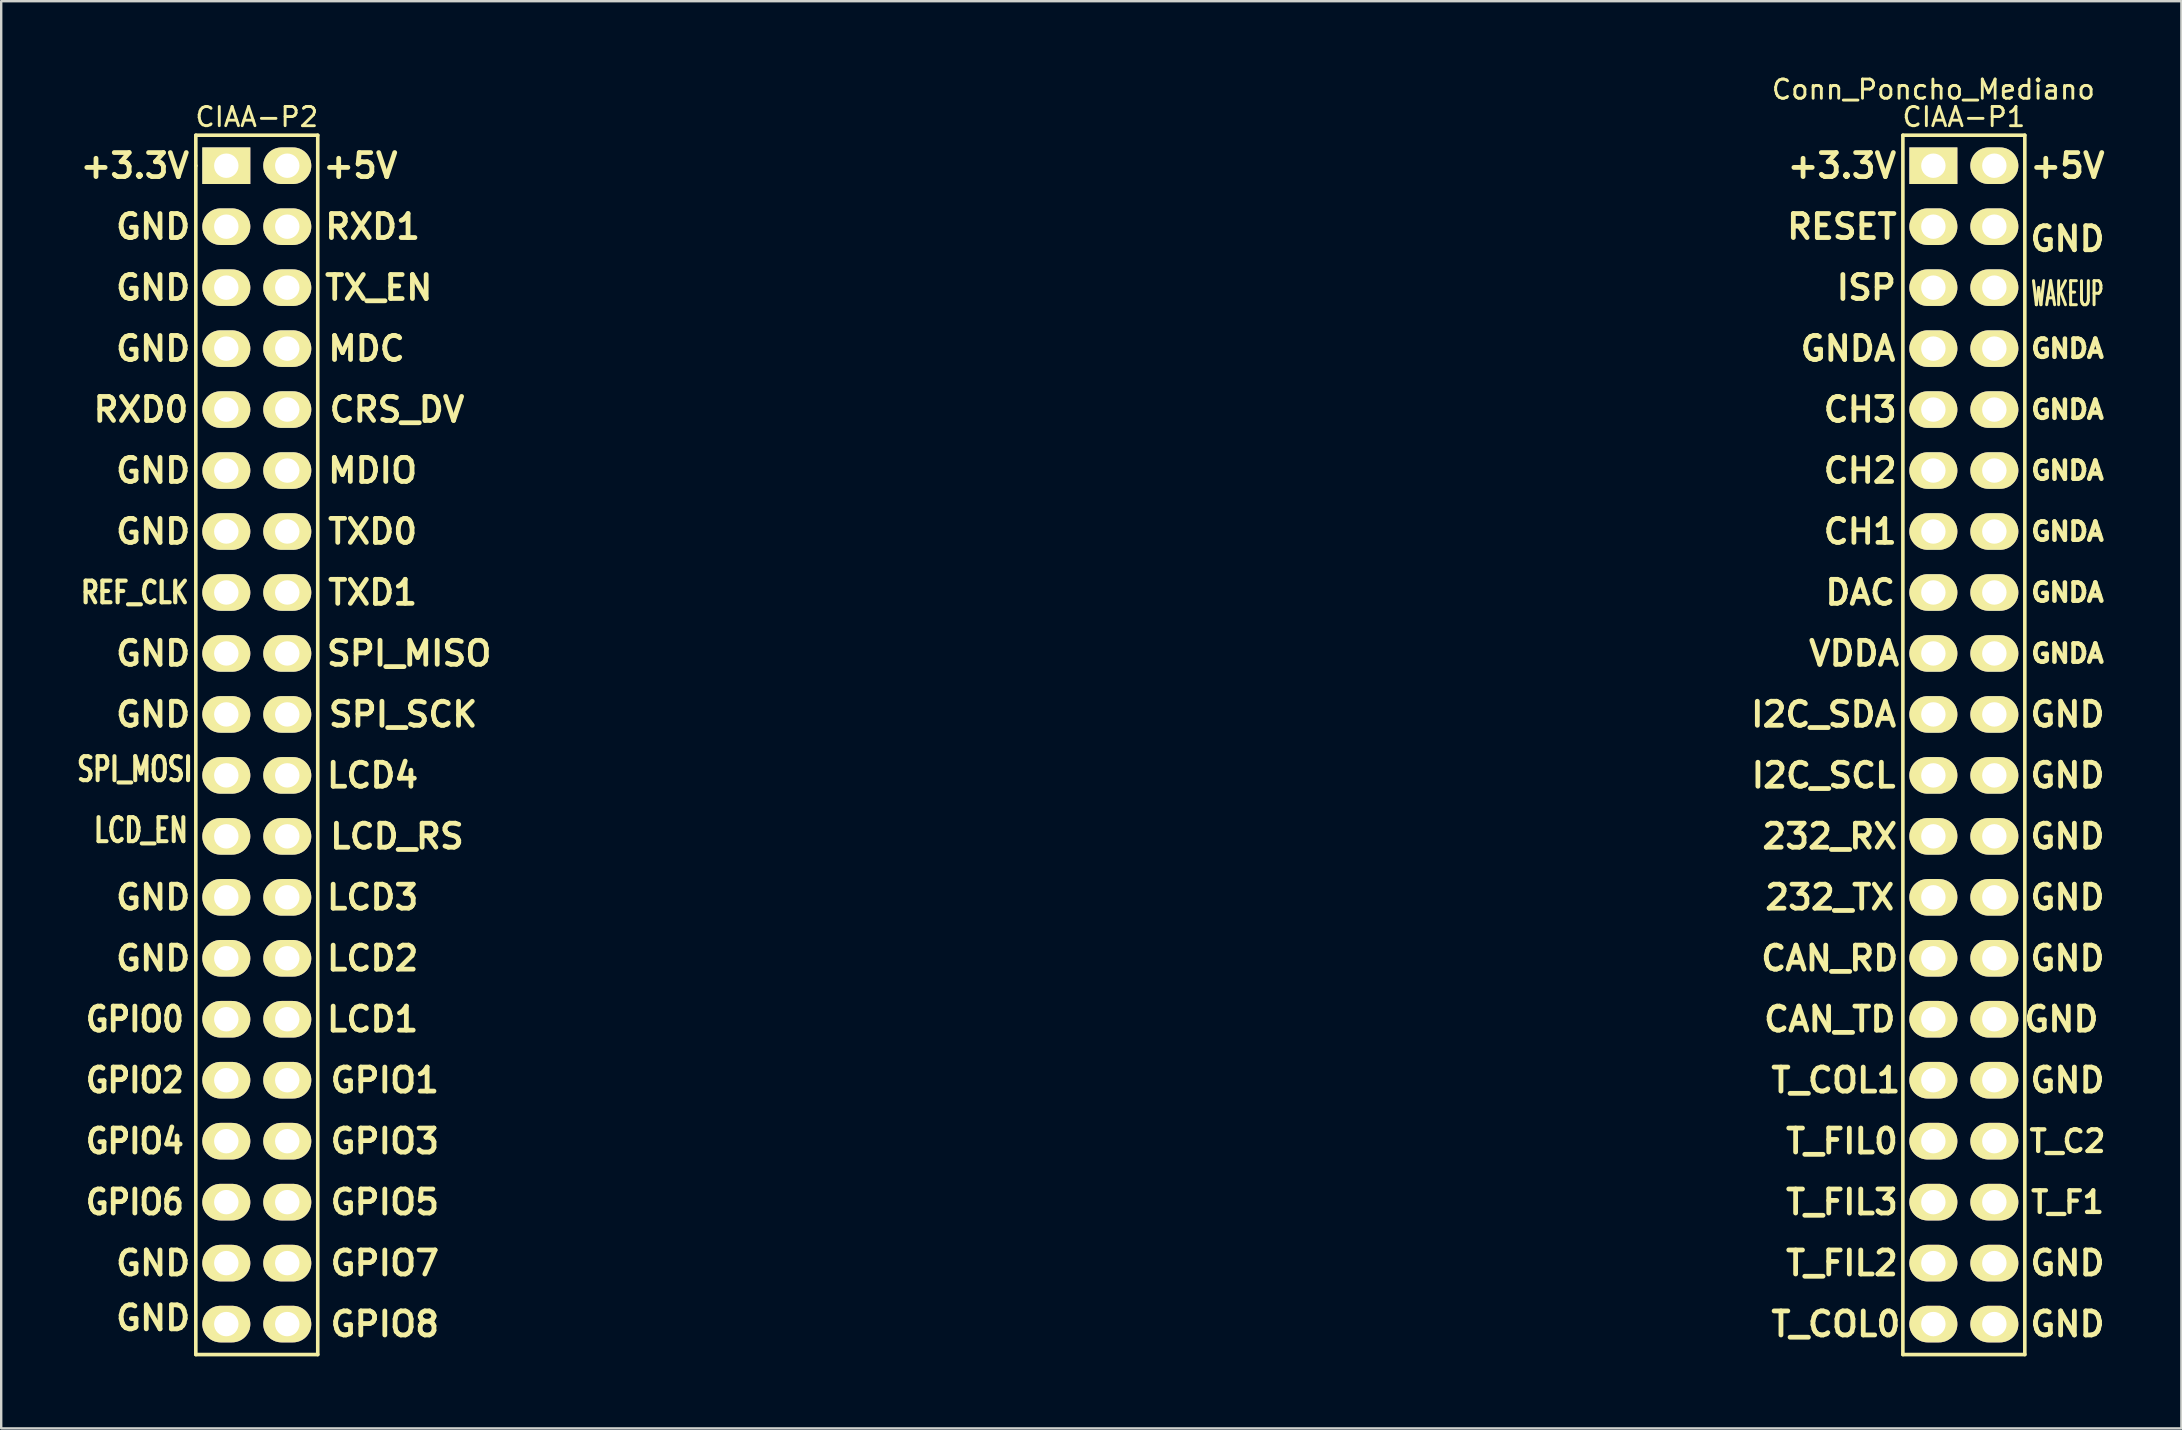
<source format=kicad_pcb>
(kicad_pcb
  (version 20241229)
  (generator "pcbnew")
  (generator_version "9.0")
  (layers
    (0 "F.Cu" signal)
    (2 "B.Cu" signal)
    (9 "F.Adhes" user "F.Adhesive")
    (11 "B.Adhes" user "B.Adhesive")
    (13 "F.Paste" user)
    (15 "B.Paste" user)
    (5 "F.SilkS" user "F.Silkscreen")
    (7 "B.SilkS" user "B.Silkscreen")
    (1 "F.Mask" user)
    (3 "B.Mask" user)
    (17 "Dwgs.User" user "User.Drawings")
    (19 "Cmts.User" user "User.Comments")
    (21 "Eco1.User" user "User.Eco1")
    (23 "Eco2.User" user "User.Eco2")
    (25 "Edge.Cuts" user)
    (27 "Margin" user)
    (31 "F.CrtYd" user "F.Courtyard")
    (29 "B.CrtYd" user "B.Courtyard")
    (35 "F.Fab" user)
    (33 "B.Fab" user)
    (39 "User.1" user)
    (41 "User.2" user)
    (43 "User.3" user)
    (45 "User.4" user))
  (footprint "Conn_Poncho_Mediano"
    (layer "F.Cu")
    (at 77.498 3.854)
    (property "Reference" "Conn_Poncho_Mediano" (at 0 -3.175 0) (layer "F.SilkS") (effects (font (size 0.8 0.8) (thickness 0.12))))
    (attr through_hole)
    (fp_line (start -72.39 -1.27) (end -67.31 -1.27) (stroke (width 0.15) (type solid)) (layer "F.SilkS"))
    (fp_line (start -72.39 0) (end -72.39 -1.27) (stroke (width 0.15) (type solid)) (layer "F.SilkS"))
    (fp_line (start -72.39 49.53) (end -72.39 0) (stroke (width 0.15) (type solid)) (layer "F.SilkS"))
    (fp_line (start -67.31 -1.27) (end -67.31 49.53) (stroke (width 0.15) (type solid)) (layer "F.SilkS"))
    (fp_line (start -67.31 49.53) (end -72.39 49.53) (stroke (width 0.15) (type solid)) (layer "F.SilkS"))
    (fp_line (start -1.27 49.53) (end -1.27 -1.27) (stroke (width 0.15) (type solid)) (layer "F.SilkS"))
    (fp_line (start 3.81 -1.27) (end -1.27 -1.27) (stroke (width 0.15) (type solid)) (layer "F.SilkS"))
    (fp_line (start 3.81 49.53) (end -1.27 49.53) (stroke (width 0.15) (type solid)) (layer "F.SilkS"))
    (fp_line (start 3.81 49.53) (end 3.81 -1.27) (stroke (width 0.15) (type solid)) (layer "F.SilkS"))
    (fp_text user "232_RX" (at -4.318 27.94 0) (layer "F.SilkS") (effects (font (size 1 1) (thickness 0.2))))
    (fp_text user "GNDA" (at 5.588 12.7 0) (layer "F.SilkS") (effects (font (size 0.76 0.76) (thickness 0.19))))
    (fp_text user "TXD0" (at -65.024 15.24 0) (layer "F.SilkS") (effects (font (size 1 1) (thickness 0.2))))
    (fp_text user "GPIO1" (at -64.516 38.1 0) (layer "F.SilkS") (effects (font (size 1 1) (thickness 0.2))))
    (fp_text user "CH2" (at -3.048 12.7 0) (layer "F.SilkS") (effects (font (size 1 1) (thickness 0.2))))
    (fp_text user "T_COL1" (at -4.064 38.1 0) (layer "F.SilkS") (effects (font (size 1 1) (thickness 0.2))))
    (fp_text user "GNDA" (at -3.556 7.62 0) (layer "F.SilkS") (effects (font (size 1 1) (thickness 0.2))))
    (fp_text user "TXD1" (at -65.024 17.78 0) (layer "F.SilkS") (effects (font (size 1 1) (thickness 0.2))))
    (fp_text user "GNDA" (at 5.588 7.62 0) (layer "F.SilkS") (effects (font (size 0.76 0.76) (thickness 0.19))))
    (fp_text user "GND" (at -74.168 5.08 0) (layer "F.SilkS") (effects (font (size 1 1) (thickness 0.2))))
    (fp_text user "CIAA-P1" (at 1.27 -2.032 0) (layer "F.SilkS") (effects (font (size 0.8 0.8) (thickness 0.12))))
    (fp_text user "I2C_SCL" (at -4.572 25.4 0) (layer "F.SilkS") (effects (font (size 1 1) (thickness 0.2))))
    (fp_text user "LCD_RS" (at -64.008 27.94 0) (layer "F.SilkS") (effects (font (size 1 1) (thickness 0.2))))
    (fp_text user "GND" (at 5.588 48.26 0) (layer "F.SilkS") (effects (font (size 1 1) (thickness 0.2))))
    (fp_text user "SPI_SCK" (at -63.754 22.86 0) (layer "F.SilkS") (effects (font (size 1 1) (thickness 0.2))))
    (fp_text user "MDC" (at -65.278 7.62 0) (layer "F.SilkS") (effects (font (size 1 1) (thickness 0.2))))
    (fp_text user "GPIO4" (at -74.93 40.64 0) (layer "F.SilkS") (effects (font (size 1 0.9) (thickness 0.2))))
    (fp_text user "GND" (at -74.168 30.48 0) (layer "F.SilkS") (effects (font (size 1 1) (thickness 0.2))))
    (fp_text user "GNDA" (at 5.588 10.16 0) (layer "F.SilkS") (effects (font (size 0.76 0.76) (thickness 0.19))))
    (fp_text user "GND" (at 5.588 30.48 0) (layer "F.SilkS") (effects (font (size 1 1) (thickness 0.2))))
    (fp_text user "LCD2" (at -65.024 33.02 0) (layer "F.SilkS") (effects (font (size 1 1) (thickness 0.2))))
    (fp_text user "ISP" (at -2.794 5.08 0) (layer "F.SilkS") (effects (font (size 1 1) (thickness 0.2))))
    (fp_text user "GPIO8" (at -64.516 48.26 0) (layer "F.SilkS") (effects (font (size 1 1) (thickness 0.2))))
    (fp_text user "CH3" (at -3.048 10.16 0) (layer "F.SilkS") (effects (font (size 1 1) (thickness 0.2))))
    (fp_text user "GND" (at -74.168 33.02 0) (layer "F.SilkS") (effects (font (size 1 1) (thickness 0.2))))
    (fp_text user "GND" (at 5.588 22.86 0) (layer "F.SilkS") (effects (font (size 1 1) (thickness 0.2))))
    (fp_text user "VDDA" (at -3.302 20.32 0) (layer "F.SilkS") (effects (font (size 1 1) (thickness 0.2))))
    (fp_text user "GNDA" (at 5.588 20.32 0) (layer "F.SilkS") (effects (font (size 0.76 0.76) (thickness 0.19))))
    (fp_text user "+3.3V" (at -3.81 0 0) (layer "F.SilkS") (effects (font (size 1 1) (thickness 0.2))))
    (fp_text user "LCD1" (at -65.024 35.56 0) (layer "F.SilkS") (effects (font (size 1 1) (thickness 0.2))))
    (fp_text user "T_C2" (at 5.588 40.64 0) (layer "F.SilkS") (effects (font (size 0.9 0.9) (thickness 0.18))))
    (fp_text user "GND" (at -74.168 22.86 0) (layer "F.SilkS") (effects (font (size 1 1) (thickness 0.2))))
    (fp_text user "GND" (at -74.168 2.54 0) (layer "F.SilkS") (effects (font (size 1 1) (thickness 0.2))))
    (fp_text user "GND" (at 5.334 35.56 0) (layer "F.SilkS") (effects (font (size 1 1) (thickness 0.2))))
    (fp_text user "T_F1" (at 5.588 43.18 0) (layer "F.SilkS") (effects (font (size 0.9 0.9) (thickness 0.18))))
    (fp_text user "+3.3V" (at -74.93 0 0) (layer "F.SilkS") (effects (font (size 1 1) (thickness 0.2))))
    (fp_text user "RXD0" (at -74.676 10.16 0) (layer "F.SilkS") (effects (font (size 1 1) (thickness 0.2))))
    (fp_text user "GPIO7" (at -64.516 45.72 0) (layer "F.SilkS") (effects (font (size 1 1) (thickness 0.2))))
    (fp_text user "MDIO" (at -65.024 12.7 0) (layer "F.SilkS") (effects (font (size 1 1) (thickness 0.2))))
    (fp_text user "GND" (at -74.168 45.72 0) (layer "F.SilkS") (effects (font (size 1 1) (thickness 0.2))))
    (fp_text user "GND" (at 5.588 45.72 0) (layer "F.SilkS") (effects (font (size 1 1) (thickness 0.2))))
    (fp_text user "GND" (at -74.168 20.32 0) (layer "F.SilkS") (effects (font (size 1 1) (thickness 0.2))))
    (fp_text user "GND" (at 5.588 27.94 0) (layer "F.SilkS") (effects (font (size 1 1) (thickness 0.2))))
    (fp_text user "REF_CLK" (at -74.93 17.78 0) (layer "F.SilkS") (effects (font (size 0.9 0.7) (thickness 0.175))))
    (fp_text user "I2C_SDA" (at -4.572 22.86 0) (layer "F.SilkS") (effects (font (size 1 1) (thickness 0.2))))
    (fp_text user "GPIO3" (at -64.516 40.64 0) (layer "F.SilkS") (effects (font (size 1 1) (thickness 0.2))))
    (fp_text user "GPIO6" (at -74.93 43.18 0) (layer "F.SilkS") (effects (font (size 1 0.9) (thickness 0.2))))
    (fp_text user "232_TX" (at -4.318 30.48 0) (layer "F.SilkS") (effects (font (size 1 1) (thickness 0.2))))
    (fp_text user "+5V" (at 5.588 0 0) (layer "F.SilkS") (effects (font (size 1 1) (thickness 0.2))))
    (fp_text user "T_FIL3" (at -3.81 43.18 0) (layer "F.SilkS") (effects (font (size 1 1) (thickness 0.2))))
    (fp_text user "GND" (at 5.588 3.048 0) (layer "F.SilkS") (effects (font (size 1 1) (thickness 0.2))))
    (fp_text user "CIAA-P2" (at -69.85 -2.032 0) (layer "F.SilkS") (effects (font (size 0.8 0.8) (thickness 0.12))))
    (fp_text user "CRS_DV" (at -64.008 10.16 0) (layer "F.SilkS") (effects (font (size 1 1) (thickness 0.2))))
    (fp_text user "GPIO5" (at -64.516 43.18 0) (layer "F.SilkS") (effects (font (size 1 1) (thickness 0.2))))
    (fp_text user "LCD3" (at -65.024 30.48 0) (layer "F.SilkS") (effects (font (size 1 1) (thickness 0.2))))
    (fp_text user "GND" (at -74.168 48.006 0) (layer "F.SilkS") (effects (font (size 1 1) (thickness 0.2))))
    (fp_text user "TX_EN" (at -64.77 5.08 0) (layer "F.SilkS") (effects (font (size 1 1) (thickness 0.2))))
    (fp_text user "CAN_RD" (at -4.318 33.02 0) (layer "F.SilkS") (effects (font (size 1 1) (thickness 0.2))))
    (fp_text user "+5V" (at -65.532 0 0) (layer "F.SilkS") (effects (font (size 1 1) (thickness 0.2))))
    (fp_text user "GPIO2" (at -74.93 38.1 0) (layer "F.SilkS") (effects (font (size 1 0.9) (thickness 0.2))))
    (fp_text user "CH1" (at -3.048 15.24 0) (layer "F.SilkS") (effects (font (size 1 1) (thickness 0.2))))
    (fp_text user "GND" (at 5.588 38.1 0) (layer "F.SilkS") (effects (font (size 1 1) (thickness 0.2))))
    (fp_text user "LCD4" (at -65.024 25.4 0) (layer "F.SilkS") (effects (font (size 1 1) (thickness 0.2))))
    (fp_text user "GND" (at 5.588 33.02 0) (layer "F.SilkS") (effects (font (size 1 1) (thickness 0.2))))
    (fp_text user "GNDA" (at 5.588 15.24 0) (layer "F.SilkS") (effects (font (size 0.76 0.76) (thickness 0.19))))
    (fp_text user "CAN_TD" (at -4.318 35.56 0) (layer "F.SilkS") (effects (font (size 1 1) (thickness 0.2))))
    (fp_text user "GND" (at -74.168 12.7 0) (layer "F.SilkS") (effects (font (size 1 1) (thickness 0.2))))
    (fp_text user "GND" (at -74.168 15.24 0) (layer "F.SilkS") (effects (font (size 1 1) (thickness 0.2))))
    (fp_text user "GND" (at 5.588 25.4 0) (layer "F.SilkS") (effects (font (size 1 1) (thickness 0.2))))
    (fp_text user "T_COL0" (at -4.064 48.26 0) (layer "F.SilkS") (effects (font (size 1 1) (thickness 0.2))))
    (fp_text user "GNDA" (at 5.588 17.78 0) (layer "F.SilkS") (effects (font (size 0.76 0.76) (thickness 0.19))))
    (fp_text user "SPI_MOSI" (at -74.93 25.146 0) (layer "F.SilkS") (effects (font (size 1 0.7) (thickness 0.17))))
    (fp_text user "RESET" (at -3.81 2.54 0) (layer "F.SilkS") (effects (font (size 1 1) (thickness 0.2))))
    (fp_text user "GPIO0" (at -74.93 35.56 0) (layer "F.SilkS") (effects (font (size 1 0.9) (thickness 0.2))))
    (fp_text user "RXD1" (at -65.024 2.54 0) (layer "F.SilkS") (effects (font (size 1 1) (thickness 0.2))))
    (fp_text user "DAC" (at -3.048 17.78 0) (layer "F.SilkS") (effects (font (size 1 1) (thickness 0.2))))
    (fp_text user "T_FIL0" (at -3.81 40.64 0) (layer "F.SilkS") (effects (font (size 1 1) (thickness 0.2))))
    (fp_text user "SPI_MISO" (at -63.5 20.32 0) (layer "F.SilkS") (effects (font (size 1 1) (thickness 0.2))))
    (fp_text user "LCD_EN" (at -74.676 27.686 0) (layer "F.SilkS") (effects (font (size 1 0.7) (thickness 0.17))))
    (fp_text user "WAKEUP" (at 5.588 5.334 0) (layer "F.SilkS") (effects (font (size 1 0.5) (thickness 0.125))))
    (fp_text user "T_FIL2" (at -3.81 45.72 0) (layer "F.SilkS") (effects (font (size 1 1) (thickness 0.2))))
    (fp_text user "GND" (at -74.168 7.62 0) (layer "F.SilkS") (effects (font (size 1 1) (thickness 0.2))))
    (pad "1" thru_hole rect (at 0 0 270) (size 1.524 2) (drill 1.016) (layers "*.Cu" "*.Mask" "F.SilkS"))
    (pad "2" thru_hole oval (at 2.54 0 270) (size 1.524 2) (drill 1.016) (layers "*.Cu" "*.Mask" "F.SilkS"))
    (pad "3" thru_hole oval (at 0 2.54 270) (size 1.524 2) (drill 1.016) (layers "*.Cu" "*.Mask" "F.SilkS"))
    (pad "4" thru_hole oval (at 2.54 2.54 270) (size 1.524 2) (drill 1.016) (layers "*.Cu" "*.Mask" "F.SilkS"))
    (pad "5" thru_hole oval (at 0 5.08 270) (size 1.524 2) (drill 1.016) (layers "*.Cu" "*.Mask" "F.SilkS"))
    (pad "6" thru_hole oval (at 2.54 5.08 270) (size 1.524 2) (drill 1.016) (layers "*.Cu" "*.Mask" "F.SilkS"))
    (pad "7" thru_hole oval (at 0 7.62 270) (size 1.524 2) (drill 1.016) (layers "*.Cu" "*.Mask" "F.SilkS"))
    (pad "8" thru_hole oval (at 2.54 7.62 270) (size 1.524 2) (drill 1.016) (layers "*.Cu" "*.Mask" "F.SilkS"))
    (pad "9" thru_hole oval (at 0 10.16 270) (size 1.524 2) (drill 1.016) (layers "*.Cu" "*.Mask" "F.SilkS"))
    (pad "10" thru_hole oval (at 2.54 10.16 270) (size 1.524 2) (drill 1.016) (layers "*.Cu" "*.Mask" "F.SilkS"))
    (pad "11" thru_hole oval (at 0 12.7 270) (size 1.524 2) (drill 1.016) (layers "*.Cu" "*.Mask" "F.SilkS"))
    (pad "12" thru_hole oval (at 2.54 12.7 270) (size 1.524 2) (drill 1.016) (layers "*.Cu" "*.Mask" "F.SilkS"))
    (pad "13" thru_hole oval (at 0 15.24 270) (size 1.524 2) (drill 1.016) (layers "*.Cu" "*.Mask" "F.SilkS"))
    (pad "14" thru_hole oval (at 2.54 15.24 270) (size 1.524 2) (drill 1.016) (layers "*.Cu" "*.Mask" "F.SilkS"))
    (pad "15" thru_hole oval (at 0 17.78 270) (size 1.524 2) (drill 1.016) (layers "*.Cu" "*.Mask" "F.SilkS"))
    (pad "16" thru_hole oval (at 2.54 17.78 270) (size 1.524 2) (drill 1.016) (layers "*.Cu" "*.Mask" "F.SilkS"))
    (pad "17" thru_hole oval (at 0 20.32 270) (size 1.524 2) (drill 1.016) (layers "*.Cu" "*.Mask" "F.SilkS"))
    (pad "18" thru_hole oval (at 2.54 20.32 270) (size 1.524 2) (drill 1.016) (layers "*.Cu" "*.Mask" "F.SilkS"))
    (pad "19" thru_hole oval (at 0 22.86 270) (size 1.524 2) (drill 1.016) (layers "*.Cu" "*.Mask" "F.SilkS"))
    (pad "20" thru_hole oval (at 2.54 22.86 270) (size 1.524 2) (drill 1.016) (layers "*.Cu" "*.Mask" "F.SilkS"))
    (pad "21" thru_hole oval (at 0 25.4 270) (size 1.524 2) (drill 1.016) (layers "*.Cu" "*.Mask" "F.SilkS"))
    (pad "22" thru_hole oval (at 2.54 25.4 270) (size 1.524 2) (drill 1.016) (layers "*.Cu" "*.Mask" "F.SilkS"))
    (pad "23" thru_hole oval (at 0 27.94 270) (size 1.524 2) (drill 1.016) (layers "*.Cu" "*.Mask" "F.SilkS"))
    (pad "24" thru_hole oval (at 2.54 27.94 270) (size 1.524 2) (drill 1.016) (layers "*.Cu" "*.Mask" "F.SilkS"))
    (pad "25" thru_hole oval (at 0 30.48 270) (size 1.524 2) (drill 1.016) (layers "*.Cu" "*.Mask" "F.SilkS"))
    (pad "26" thru_hole oval (at 2.54 30.48 270) (size 1.524 2) (drill 1.016) (layers "*.Cu" "*.Mask" "F.SilkS"))
    (pad "27" thru_hole oval (at 0 33.02 270) (size 1.524 2) (drill 1.016) (layers "*.Cu" "*.Mask" "F.SilkS"))
    (pad "28" thru_hole oval (at 2.54 33.02 270) (size 1.524 2) (drill 1.016) (layers "*.Cu" "*.Mask" "F.SilkS"))
    (pad "29" thru_hole oval (at 0 35.56 270) (size 1.524 2) (drill 1.016) (layers "*.Cu" "*.Mask" "F.SilkS"))
    (pad "30" thru_hole oval (at 2.54 35.56 270) (size 1.524 2) (drill 1.016) (layers "*.Cu" "*.Mask" "F.SilkS"))
    (pad "31" thru_hole oval (at 0 38.1 270) (size 1.524 2) (drill 1.016) (layers "*.Cu" "*.Mask" "F.SilkS"))
    (pad "32" thru_hole oval (at 2.54 38.1 270) (size 1.524 2) (drill 1.016) (layers "*.Cu" "*.Mask" "F.SilkS"))
    (pad "33" thru_hole oval (at 0 40.64 270) (size 1.524 2) (drill 1.016) (layers "*.Cu" "*.Mask" "F.SilkS"))
    (pad "34" thru_hole oval (at 2.54 40.64 270) (size 1.524 2) (drill 1.016) (layers "*.Cu" "*.Mask" "F.SilkS"))
    (pad "35" thru_hole oval (at 0 43.18 270) (size 1.524 2) (drill 1.016) (layers "*.Cu" "*.Mask" "F.SilkS"))
    (pad "36" thru_hole oval (at 2.54 43.18 270) (size 1.524 2) (drill 1.016) (layers "*.Cu" "*.Mask" "F.SilkS"))
    (pad "37" thru_hole oval (at 0 45.72 270) (size 1.524 2) (drill 1.016) (layers "*.Cu" "*.Mask" "F.SilkS"))
    (pad "38" thru_hole oval (at 2.54 45.72 270) (size 1.524 2) (drill 1.016) (layers "*.Cu" "*.Mask" "F.SilkS"))
    (pad "39" thru_hole oval (at 0 48.26 270) (size 1.524 2) (drill 1.016) (layers "*.Cu" "*.Mask" "F.SilkS"))
    (pad "40" thru_hole oval (at 2.54 48.26 270) (size 1.524 2) (drill 1.016) (layers "*.Cu" "*.Mask" "F.SilkS"))
    (pad "41" thru_hole rect (at -71.12 0 270) (size 1.524 2) (drill 1.016) (layers "*.Cu" "*.Mask" "F.SilkS"))
    (pad "42" thru_hole oval (at -68.58 0 270) (size 1.524 2) (drill 1.016) (layers "*.Cu" "*.Mask" "F.SilkS"))
    (pad "43" thru_hole oval (at -71.12 2.54 270) (size 1.524 2) (drill 1.016) (layers "*.Cu" "*.Mask" "F.SilkS"))
    (pad "44" thru_hole oval (at -68.58 2.54 270) (size 1.524 2) (drill 1.016) (layers "*.Cu" "*.Mask" "F.SilkS"))
    (pad "45" thru_hole oval (at -71.12 5.08 270) (size 1.524 2) (drill 1.016) (layers "*.Cu" "*.Mask" "F.SilkS"))
    (pad "46" thru_hole oval (at -68.58 5.08 270) (size 1.524 2) (drill 1.016) (layers "*.Cu" "*.Mask" "F.SilkS"))
    (pad "47" thru_hole oval (at -71.12 7.62 270) (size 1.524 2) (drill 1.016) (layers "*.Cu" "*.Mask" "F.SilkS"))
    (pad "48" thru_hole oval (at -68.58 7.62 270) (size 1.524 2) (drill 1.016) (layers "*.Cu" "*.Mask" "F.SilkS"))
    (pad "49" thru_hole oval (at -71.12 10.16 270) (size 1.524 2) (drill 1.016) (layers "*.Cu" "*.Mask" "F.SilkS"))
    (pad "50" thru_hole oval (at -68.58 10.16 270) (size 1.524 2) (drill 1.016) (layers "*.Cu" "*.Mask" "F.SilkS"))
    (pad "51" thru_hole oval (at -71.12 12.7 270) (size 1.524 2) (drill 1.016) (layers "*.Cu" "*.Mask" "F.SilkS"))
    (pad "52" thru_hole oval (at -68.58 12.7 270) (size 1.524 2) (drill 1.016) (layers "*.Cu" "*.Mask" "F.SilkS"))
    (pad "53" thru_hole oval (at -71.12 15.24 270) (size 1.524 2) (drill 1.016) (layers "*.Cu" "*.Mask" "F.SilkS"))
    (pad "54" thru_hole oval (at -68.58 15.24 270) (size 1.524 2) (drill 1.016) (layers "*.Cu" "*.Mask" "F.SilkS"))
    (pad "55" thru_hole oval (at -71.12 17.78 270) (size 1.524 2) (drill 1.016) (layers "*.Cu" "*.Mask" "F.SilkS"))
    (pad "56" thru_hole oval (at -68.58 17.78 270) (size 1.524 2) (drill 1.016) (layers "*.Cu" "*.Mask" "F.SilkS"))
    (pad "57" thru_hole oval (at -71.12 20.32 270) (size 1.524 2) (drill 1.016) (layers "*.Cu" "*.Mask" "F.SilkS"))
    (pad "58" thru_hole oval (at -68.58 20.32 270) (size 1.524 2) (drill 1.016) (layers "*.Cu" "*.Mask" "F.SilkS"))
    (pad "59" thru_hole oval (at -71.12 22.86 270) (size 1.524 2) (drill 1.016) (layers "*.Cu" "*.Mask" "F.SilkS"))
    (pad "60" thru_hole oval (at -68.58 22.86 270) (size 1.524 2) (drill 1.016) (layers "*.Cu" "*.Mask" "F.SilkS"))
    (pad "61" thru_hole oval (at -71.12 25.4 270) (size 1.524 2) (drill 1.016) (layers "*.Cu" "*.Mask" "F.SilkS"))
    (pad "62" thru_hole oval (at -68.58 25.4 270) (size 1.524 2) (drill 1.016) (layers "*.Cu" "*.Mask" "F.SilkS"))
    (pad "63" thru_hole oval (at -71.12 27.94 270) (size 1.524 2) (drill 1.016) (layers "*.Cu" "*.Mask" "F.SilkS"))
    (pad "64" thru_hole oval (at -68.58 27.94 270) (size 1.524 2) (drill 1.016) (layers "*.Cu" "*.Mask" "F.SilkS"))
    (pad "65" thru_hole oval (at -71.12 30.48 270) (size 1.524 2) (drill 1.016) (layers "*.Cu" "*.Mask" "F.SilkS"))
    (pad "66" thru_hole oval (at -68.58 30.48 270) (size 1.524 2) (drill 1.016) (layers "*.Cu" "*.Mask" "F.SilkS"))
    (pad "67" thru_hole oval (at -71.12 33.02 270) (size 1.524 2) (drill 1.016) (layers "*.Cu" "*.Mask" "F.SilkS"))
    (pad "68" thru_hole oval (at -68.58 33.02 270) (size 1.524 2) (drill 1.016) (layers "*.Cu" "*.Mask" "F.SilkS"))
    (pad "69" thru_hole oval (at -71.12 35.56 270) (size 1.524 2) (drill 1.016) (layers "*.Cu" "*.Mask" "F.SilkS"))
    (pad "70" thru_hole oval (at -68.58 35.56 270) (size 1.524 2) (drill 1.016) (layers "*.Cu" "*.Mask" "F.SilkS"))
    (pad "71" thru_hole oval (at -71.12 38.1 270) (size 1.524 2) (drill 1.016) (layers "*.Cu" "*.Mask" "F.SilkS"))
    (pad "72" thru_hole oval (at -68.58 38.1 270) (size 1.524 2) (drill 1.016) (layers "*.Cu" "*.Mask" "F.SilkS"))
    (pad "73" thru_hole oval (at -71.12 40.64 270) (size 1.524 2) (drill 1.016) (layers "*.Cu" "*.Mask" "F.SilkS"))
    (pad "74" thru_hole oval (at -68.58 40.64 270) (size 1.524 2) (drill 1.016) (layers "*.Cu" "*.Mask" "F.SilkS"))
    (pad "75" thru_hole oval (at -71.12 43.18 270) (size 1.524 2) (drill 1.016) (layers "*.Cu" "*.Mask" "F.SilkS"))
    (pad "76" thru_hole oval (at -68.58 43.18 270) (size 1.524 2) (drill 1.016) (layers "*.Cu" "*.Mask" "F.SilkS"))
    (pad "77" thru_hole oval (at -71.12 45.72 270) (size 1.524 2) (drill 1.016) (layers "*.Cu" "*.Mask" "F.SilkS"))
    (pad "78" thru_hole oval (at -68.58 45.72 270) (size 1.524 2) (drill 1.016) (layers "*.Cu" "*.Mask" "F.SilkS"))
    (pad "79" thru_hole oval (at -71.12 48.26 270) (size 1.524 2) (drill 1.016) (layers "*.Cu" "*.Mask" "F.SilkS"))
    (pad "80" thru_hole oval (at -68.58 48.26 270) (size 1.524 2) (drill 1.016) (layers "*.Cu" "*.Mask" "F.SilkS")))
  (gr_rect
    (start -3 -3)
    (end 87.831 56.459)
    (stroke (width 0.1) (type default))
    (fill no)
    (layer "Edge.Cuts")))
</source>
